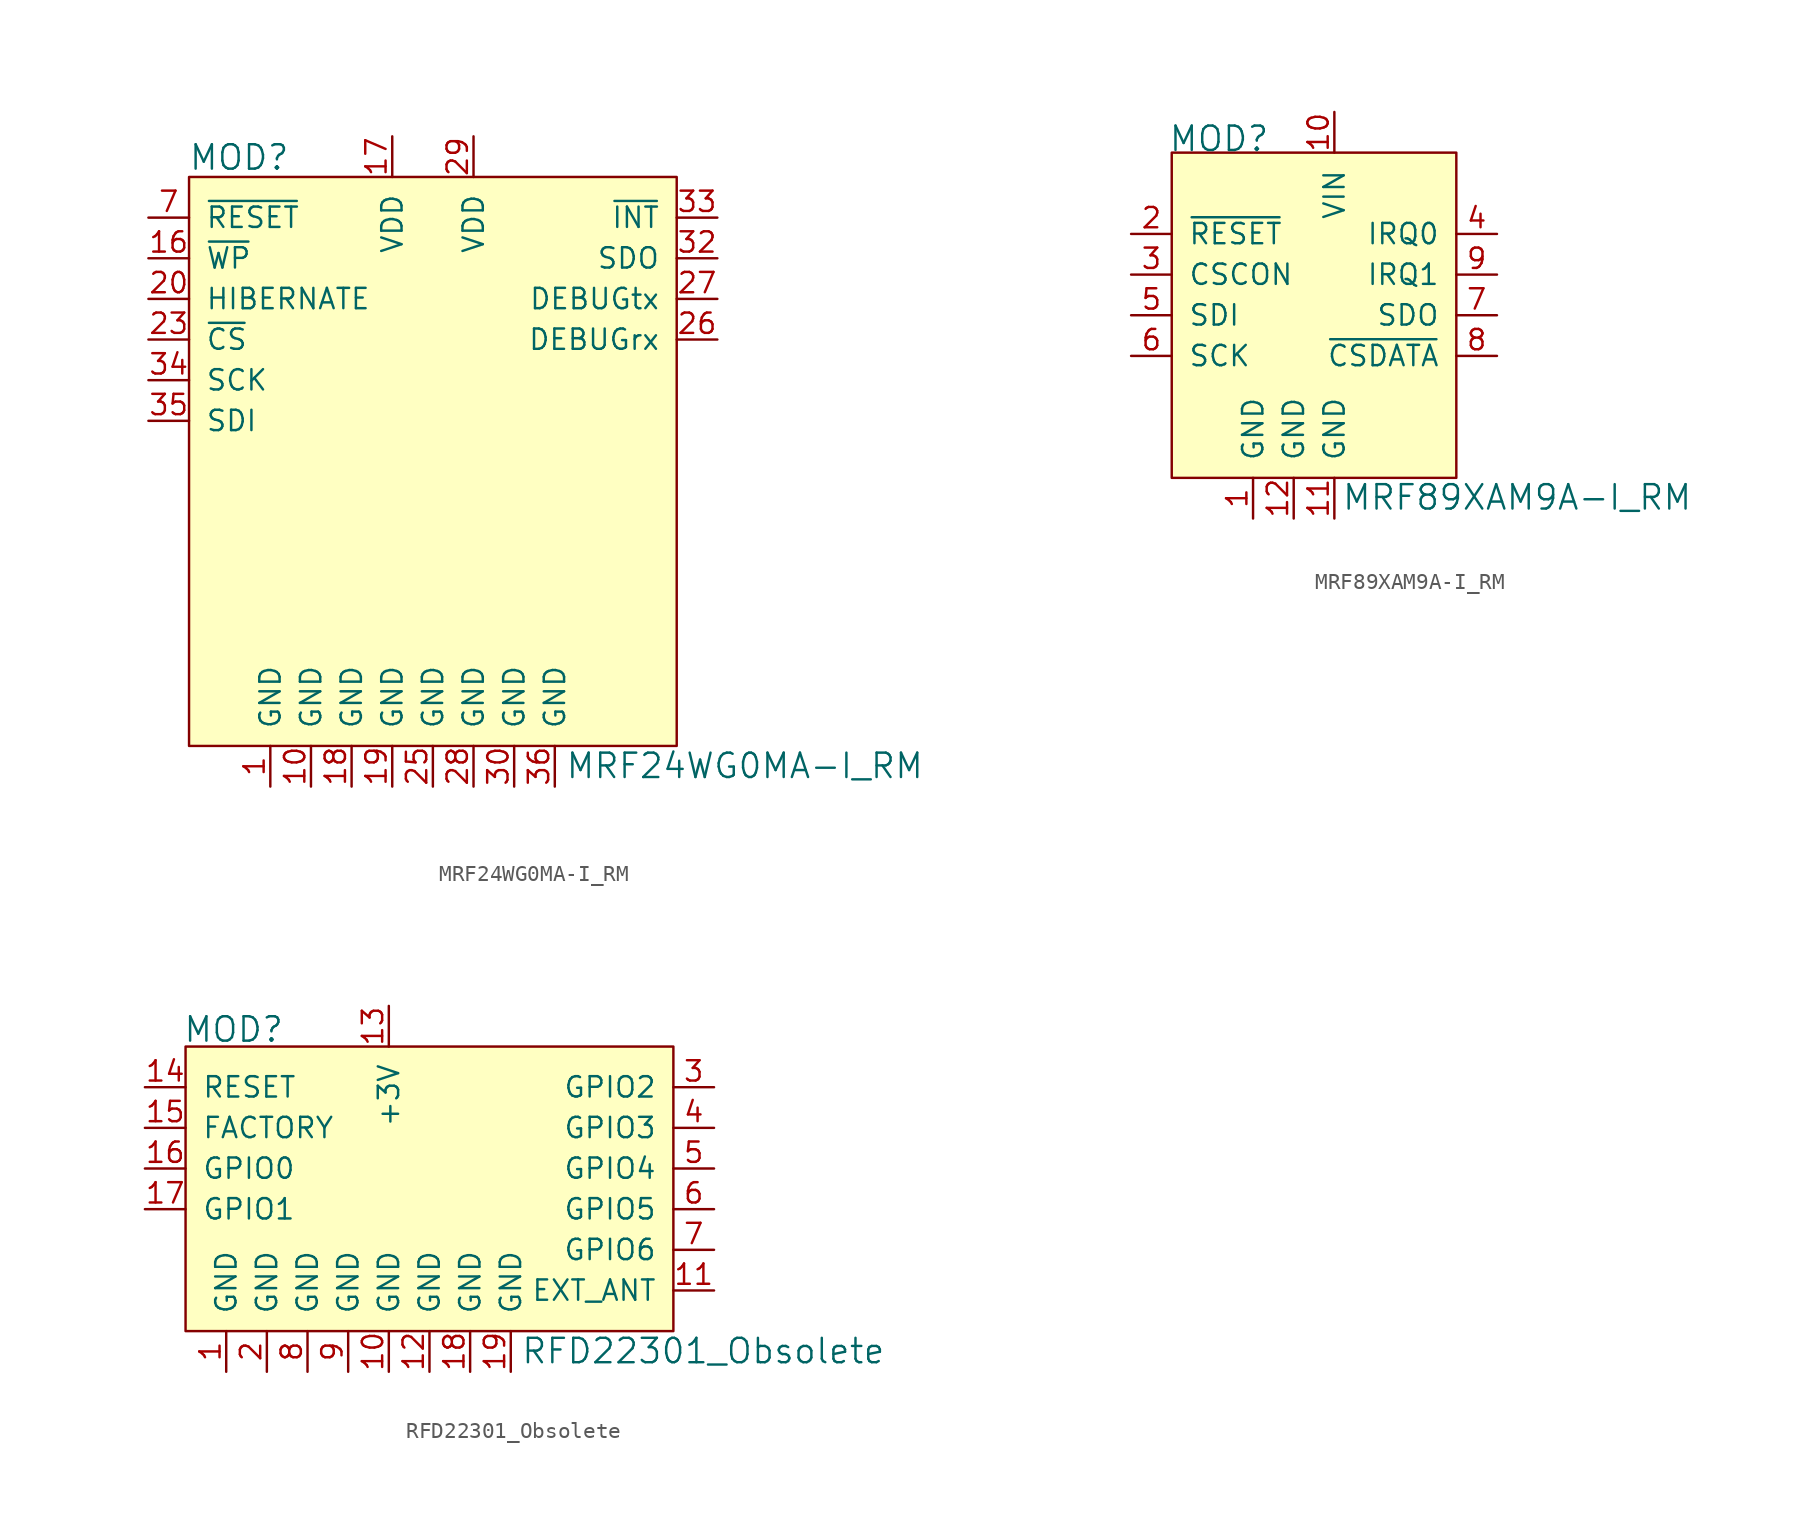
<source format=kicad_sym>
(kicad_symbol_lib
  (version 20231120)
  (generator "kicad_symbol_editor")
  (generator_version "8.0")
  (symbol "MRF24WG0MA-I_RM"
    (pin_names
      (offset 1.016))
    (property "Reference" "MOD"
      (at -15.291 18.999 0)
      (effects (font (size 1.524 1.524)) (justify left)))
    (property "Value" "MRF24WG0MA-I_RM"
      (at 8.255 -19.025 0)
      (effects (font (size 1.524 1.524)) (justify left)))
    (symbol "MRF24WG0MA-I_RM_0_1"
      (rectangle (start -15.24 17.78) (end 15.24 -17.78) (stroke (width 0) (type solid)) (fill (type background))))
    (symbol "MRF24WG0MA-I_RM_1_1"
      (pin power_in line (at -10.16 -20.32 90) (length 2.54) (name "GND" (effects (font (size 1.27 1.27)))) (number "1" (effects (font (size 1.27 1.27)))))
      (pin power_in line (at -7.62 -20.32 90) (length 2.54) (name "GND" (effects (font (size 1.27 1.27)))) (number "10" (effects (font (size 1.27 1.27)))))
      (pin no_connect line (at 15.24 5.08 180) (length 2.54) hide (name "N.C." (effects (font (size 1.27 1.27)))) (number "11" (effects (font (size 1.27 1.27)))))
      (pin no_connect line (at 15.24 2.54 180) (length 2.54) hide (name "N.C." (effects (font (size 1.27 1.27)))) (number "12" (effects (font (size 1.27 1.27)))))
      (pin no_connect line (at 15.24 0 180) (length 2.54) hide (name "N.C." (effects (font (size 1.27 1.27)))) (number "13" (effects (font (size 1.27 1.27)))))
      (pin no_connect line (at 15.24 -2.54 180) (length 2.54) hide (name "N.C." (effects (font (size 1.27 1.27)))) (number "14" (effects (font (size 1.27 1.27)))))
      (pin no_connect line (at 15.24 -5.08 180) (length 2.54) hide (name "N.C." (effects (font (size 1.27 1.27)))) (number "15" (effects (font (size 1.27 1.27)))))
      (pin input line (at -17.78 12.7 0) (length 2.54) (name "~{WP}" (effects (font (size 1.27 1.27)))) (number "16" (effects (font (size 1.27 1.27)))))
      (pin power_in line (at -2.54 20.32 270) (length 2.54) (name "VDD" (effects (font (size 1.27 1.27)))) (number "17" (effects (font (size 1.27 1.27)))))
      (pin power_in line (at -5.08 -20.32 90) (length 2.54) (name "GND" (effects (font (size 1.27 1.27)))) (number "18" (effects (font (size 1.27 1.27)))))
      (pin power_in line (at -2.54 -20.32 90) (length 2.54) (name "GND" (effects (font (size 1.27 1.27)))) (number "19" (effects (font (size 1.27 1.27)))))
      (pin no_connect line (at -15.24 0 0) (length 2.54) hide (name "N.C." (effects (font (size 1.27 1.27)))) (number "2" (effects (font (size 1.27 1.27)))))
      (pin input line (at -17.78 10.16 0) (length 2.54) (name "HIBERNATE" (effects (font (size 1.27 1.27)))) (number "20" (effects (font (size 1.27 1.27)))))
      (pin no_connect line (at 15.24 -15.24 180) (length 2.54) hide (name "N.C." (effects (font (size 1.27 1.27)))) (number "21" (effects (font (size 1.27 1.27)))))
      (pin no_connect line (at 15.24 -12.7 180) (length 2.54) hide (name "N.C." (effects (font (size 1.27 1.27)))) (number "22" (effects (font (size 1.27 1.27)))))
      (pin input line (at -17.78 7.62 0) (length 2.54) (name "~{CS}" (effects (font (size 1.27 1.27)))) (number "23" (effects (font (size 1.27 1.27)))))
      (pin no_connect line (at 15.24 -10.16 180) (length 2.54) hide (name "N.C." (effects (font (size 1.27 1.27)))) (number "24" (effects (font (size 1.27 1.27)))))
      (pin power_in line (at 0 -20.32 90) (length 2.54) (name "GND" (effects (font (size 1.27 1.27)))) (number "25" (effects (font (size 1.27 1.27)))))
      (pin input line (at 17.78 7.62 180) (length 2.54) (name "DEBUGrx" (effects (font (size 1.27 1.27)))) (number "26" (effects (font (size 1.27 1.27)))))
      (pin output line (at 17.78 10.16 180) (length 2.54) (name "DEBUGtx" (effects (font (size 1.27 1.27)))) (number "27" (effects (font (size 1.27 1.27)))))
      (pin power_in line (at 2.54 -20.32 90) (length 2.54) (name "GND" (effects (font (size 1.27 1.27)))) (number "28" (effects (font (size 1.27 1.27)))))
      (pin power_in line (at 2.54 20.32 270) (length 2.54) (name "VDD" (effects (font (size 1.27 1.27)))) (number "29" (effects (font (size 1.27 1.27)))))
      (pin no_connect line (at -15.24 -2.54 0) (length 2.54) hide (name "N.C." (effects (font (size 1.27 1.27)))) (number "3" (effects (font (size 1.27 1.27)))))
      (pin power_in line (at 5.08 -20.32 90) (length 2.54) (name "GND" (effects (font (size 1.27 1.27)))) (number "30" (effects (font (size 1.27 1.27)))))
      (pin no_connect line (at 15.24 -7.62 180) (length 2.54) hide (name "N.C." (effects (font (size 1.27 1.27)))) (number "31" (effects (font (size 1.27 1.27)))))
      (pin output line (at 17.78 12.7 180) (length 2.54) (name "SDO" (effects (font (size 1.27 1.27)))) (number "32" (effects (font (size 1.27 1.27)))))
      (pin output line (at 17.78 15.24 180) (length 2.54) (name "~{INT}" (effects (font (size 1.27 1.27)))) (number "33" (effects (font (size 1.27 1.27)))))
      (pin input line (at -17.78 5.08 0) (length 2.54) (name "SCK" (effects (font (size 1.27 1.27)))) (number "34" (effects (font (size 1.27 1.27)))))
      (pin input line (at -17.78 2.54 0) (length 2.54) (name "SDI" (effects (font (size 1.27 1.27)))) (number "35" (effects (font (size 1.27 1.27)))))
      (pin power_in line (at 7.62 -20.32 90) (length 2.54) (name "GND" (effects (font (size 1.27 1.27)))) (number "36" (effects (font (size 1.27 1.27)))))
      (pin no_connect line (at -15.24 -5.08 0) (length 2.54) hide (name "N.C." (effects (font (size 1.27 1.27)))) (number "4" (effects (font (size 1.27 1.27)))))
      (pin no_connect line (at -15.24 -7.62 0) (length 2.54) hide (name "N.C." (effects (font (size 1.27 1.27)))) (number "5" (effects (font (size 1.27 1.27)))))
      (pin no_connect line (at -15.24 -10.16 0) (length 2.54) hide (name "N.C." (effects (font (size 1.27 1.27)))) (number "6" (effects (font (size 1.27 1.27)))))
      (pin input line (at -17.78 15.24 0) (length 2.54) (name "~{RESET}" (effects (font (size 1.27 1.27)))) (number "7" (effects (font (size 1.27 1.27)))))
      (pin no_connect line (at -15.24 -12.7 0) (length 2.54) hide (name "N.C." (effects (font (size 1.27 1.27)))) (number "8" (effects (font (size 1.27 1.27)))))
      (pin no_connect line (at -15.24 -15.24 0) (length 2.54) hide (name "N.C." (effects (font (size 1.27 1.27)))) (number "9" (effects (font (size 1.27 1.27)))))))
  (symbol "MRF89XAM9A-I_RM"
    (pin_names
      (offset 1.016))
    (property "Reference" "MOD"
      (at -10.389 11.024 0)
      (effects (font (size 1.524 1.524)) (justify left)))
    (property "Value" "MRF89XAM9A-I_RM"
      (at 0.432 -11.379 0)
      (effects (font (size 1.524 1.524)) (justify left)))
    (symbol "MRF89XAM9A-I_RM_1_1"
      (rectangle (start -10.16 10.16) (end 7.62 -10.16) (stroke (width 0) (type solid)) (fill (type background)))
      (pin power_in line (at -5.08 -12.7 90) (length 2.54) (name "GND" (effects (font (size 1.27 1.27)))) (number "1" (effects (font (size 1.27 1.27)))))
      (pin power_in line (at 0 12.7 270) (length 2.54) (name "VIN" (effects (font (size 1.27 1.27)))) (number "10" (effects (font (size 1.27 1.27)))))
      (pin power_in line (at 0 -12.7 90) (length 2.54) (name "GND" (effects (font (size 1.27 1.27)))) (number "11" (effects (font (size 1.27 1.27)))))
      (pin power_in line (at -2.54 -12.7 90) (length 2.54) (name "GND" (effects (font (size 1.27 1.27)))) (number "12" (effects (font (size 1.27 1.27)))))
      (pin input line (at -12.7 5.08 0) (length 2.54) (name "~{RESET}" (effects (font (size 1.27 1.27)))) (number "2" (effects (font (size 1.27 1.27)))))
      (pin bidirectional line (at -12.7 2.54 0) (length 2.54) (name "CSCON" (effects (font (size 1.27 1.27)))) (number "3" (effects (font (size 1.27 1.27)))))
      (pin output line (at 10.16 5.08 180) (length 2.54) (name "IRQ0" (effects (font (size 1.27 1.27)))) (number "4" (effects (font (size 1.27 1.27)))))
      (pin input line (at -12.7 0 0) (length 2.54) (name "SDI" (effects (font (size 1.27 1.27)))) (number "5" (effects (font (size 1.27 1.27)))))
      (pin input line (at -12.7 -2.54 0) (length 2.54) (name "SCK" (effects (font (size 1.27 1.27)))) (number "6" (effects (font (size 1.27 1.27)))))
      (pin output line (at 10.16 0 180) (length 2.54) (name "SDO" (effects (font (size 1.27 1.27)))) (number "7" (effects (font (size 1.27 1.27)))))
      (pin bidirectional line (at 10.16 -2.54 180) (length 2.54) (name "~{CSDATA}" (effects (font (size 1.27 1.27)))) (number "8" (effects (font (size 1.27 1.27)))))
      (pin output line (at 10.16 2.54 180) (length 2.54) (name "IRQ1" (effects (font (size 1.27 1.27)))) (number "9" (effects (font (size 1.27 1.27)))))))
  (symbol "RFD22301_Obsolete"
    (pin_names
      (offset 1.016))
    (property "Reference" "MOD"
      (at -15.418 11.227 0)
      (effects (font (size 1.524 1.524)) (justify left)))
    (property "Value" "RFD22301_Obsolete"
      (at 5.69 -8.865 0)
      (effects (font (size 1.524 1.524)) (justify left)))
    (symbol "RFD22301_Obsolete_1_0"
      (pin bidirectional line (at 17.78 0 180) (length 2.54) (name "GPIO5" (effects (font (size 1.27 1.27)))) (number "6" (effects (font (size 1.27 1.27))))))
    (symbol "RFD22301_Obsolete_1_1"
      (rectangle (start -15.24 10.16) (end 15.24 -7.62) (stroke (width 0) (type solid)) (fill (type background)))
      (pin power_in line (at -12.7 -10.16 90) (length 2.54) (name "GND" (effects (font (size 1.27 1.27)))) (number "1" (effects (font (size 1.27 1.27)))))
      (pin power_in line (at -2.54 -10.16 90) (length 2.54) (name "GND" (effects (font (size 1.27 1.27)))) (number "10" (effects (font (size 1.27 1.27)))))
      (pin bidirectional line (at 17.78 -5.08 180) (length 2.54) (name "EXT_ANT" (effects (font (size 1.27 1.27)))) (number "11" (effects (font (size 1.27 1.27)))))
      (pin power_in line (at 0 -10.16 90) (length 2.54) (name "GND" (effects (font (size 1.27 1.27)))) (number "12" (effects (font (size 1.27 1.27)))))
      (pin power_in line (at -2.54 12.7 270) (length 2.54) (name "+3V" (effects (font (size 1.27 1.27)))) (number "13" (effects (font (size 1.27 1.27)))))
      (pin input line (at -17.78 7.62 0) (length 2.54) (name "RESET" (effects (font (size 1.27 1.27)))) (number "14" (effects (font (size 1.27 1.27)))))
      (pin input line (at -17.78 5.08 0) (length 2.54) (name "FACTORY" (effects (font (size 1.27 1.27)))) (number "15" (effects (font (size 1.27 1.27)))))
      (pin bidirectional line (at -17.78 2.54 0) (length 2.54) (name "GPIO0" (effects (font (size 1.27 1.27)))) (number "16" (effects (font (size 1.27 1.27)))))
      (pin bidirectional line (at -17.78 0 0) (length 2.54) (name "GPIO1" (effects (font (size 1.27 1.27)))) (number "17" (effects (font (size 1.27 1.27)))))
      (pin power_in line (at 2.54 -10.16 90) (length 2.54) (name "GND" (effects (font (size 1.27 1.27)))) (number "18" (effects (font (size 1.27 1.27)))))
      (pin power_in line (at 5.08 -10.16 90) (length 2.54) (name "GND" (effects (font (size 1.27 1.27)))) (number "19" (effects (font (size 1.27 1.27)))))
      (pin power_in line (at -10.16 -10.16 90) (length 2.54) (name "GND" (effects (font (size 1.27 1.27)))) (number "2" (effects (font (size 1.27 1.27)))))
      (pin bidirectional line (at 17.78 7.62 180) (length 2.54) (name "GPIO2" (effects (font (size 1.27 1.27)))) (number "3" (effects (font (size 1.27 1.27)))))
      (pin bidirectional line (at 17.78 5.08 180) (length 2.54) (name "GPIO3" (effects (font (size 1.27 1.27)))) (number "4" (effects (font (size 1.27 1.27)))))
      (pin bidirectional line (at 17.78 2.54 180) (length 2.54) (name "GPIO4" (effects (font (size 1.27 1.27)))) (number "5" (effects (font (size 1.27 1.27)))))
      (pin bidirectional line (at 17.78 -2.54 180) (length 2.54) (name "GPIO6" (effects (font (size 1.27 1.27)))) (number "7" (effects (font (size 1.27 1.27)))))
      (pin power_in line (at -7.62 -10.16 90) (length 2.54) (name "GND" (effects (font (size 1.27 1.27)))) (number "8" (effects (font (size 1.27 1.27)))))
      (pin power_in line (at -5.08 -10.16 90) (length 2.54) (name "GND" (effects (font (size 1.27 1.27)))) (number "9" (effects (font (size 1.27 1.27))))))))
</source>
